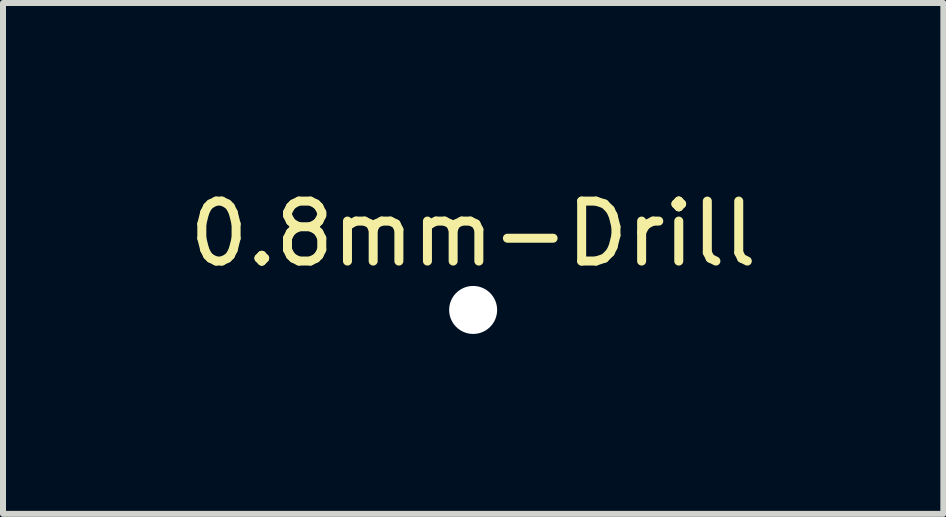
<source format=kicad_pcb>
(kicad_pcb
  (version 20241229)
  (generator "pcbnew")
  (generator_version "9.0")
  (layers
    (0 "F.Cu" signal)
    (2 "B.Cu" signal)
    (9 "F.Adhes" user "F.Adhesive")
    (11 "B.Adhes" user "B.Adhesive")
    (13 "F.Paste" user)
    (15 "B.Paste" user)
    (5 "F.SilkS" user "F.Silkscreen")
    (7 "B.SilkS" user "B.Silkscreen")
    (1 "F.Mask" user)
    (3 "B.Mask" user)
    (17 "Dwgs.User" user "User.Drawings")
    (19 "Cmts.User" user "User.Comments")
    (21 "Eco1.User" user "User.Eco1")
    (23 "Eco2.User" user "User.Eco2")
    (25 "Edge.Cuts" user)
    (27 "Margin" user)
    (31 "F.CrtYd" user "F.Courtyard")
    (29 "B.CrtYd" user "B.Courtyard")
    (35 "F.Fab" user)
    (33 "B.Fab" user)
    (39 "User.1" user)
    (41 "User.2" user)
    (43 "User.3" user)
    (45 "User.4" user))
  (footprint "0.8mm-Drill"
    (layer "F.Cu")
    (at 4.839 2.118)
    (property "Reference" "0.8mm-Drill" (at 0 -1.27 0) (unlocked yes) (layer "F.SilkS") (effects (font (size 1 1) (thickness 0.15))))
    (pad "" np_thru_hole circle (at 0 0) (size 0.8 0.8) (drill 0.8) (layers "*.Cu" "*.Mask")))
  (gr_rect
    (start -3 -3)
    (end 12.679 5.518)
    (stroke (width 0.1) (type default))
    (fill no)
    (layer "Edge.Cuts")))
</source>
